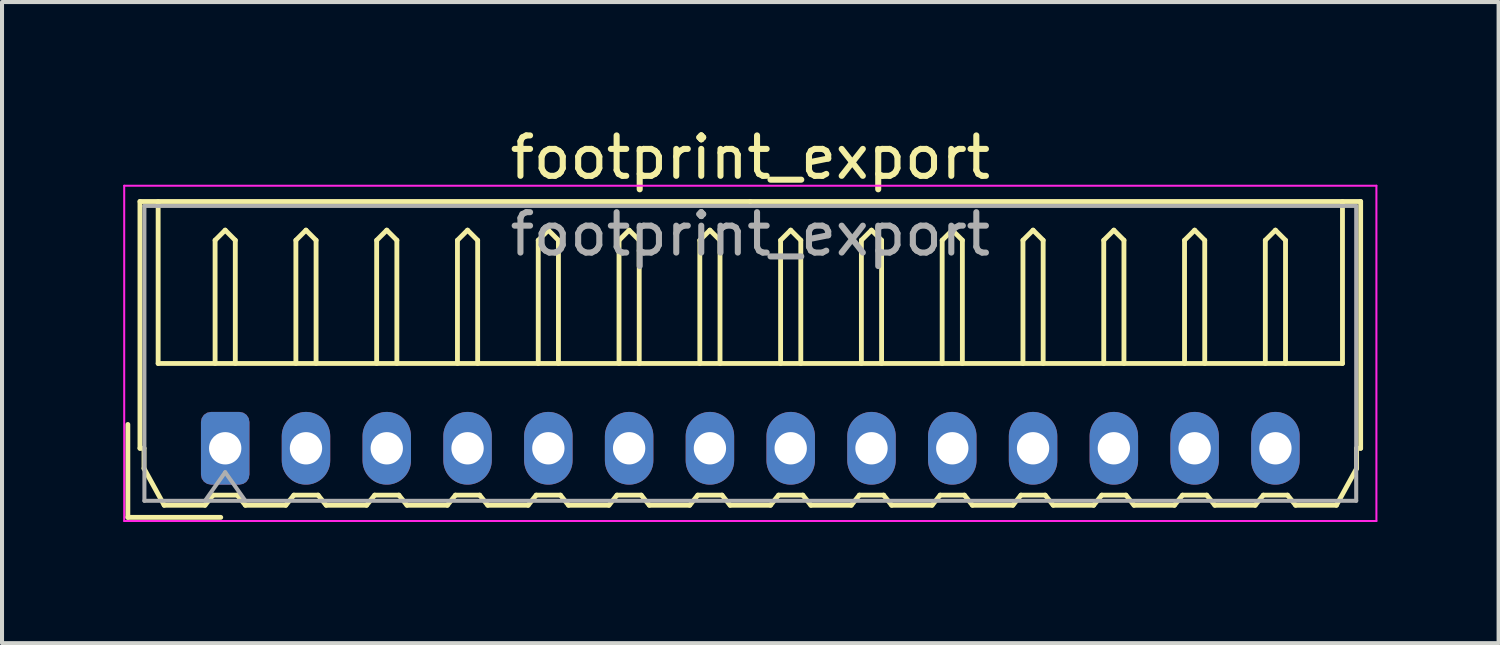
<source format=kicad_pcb>
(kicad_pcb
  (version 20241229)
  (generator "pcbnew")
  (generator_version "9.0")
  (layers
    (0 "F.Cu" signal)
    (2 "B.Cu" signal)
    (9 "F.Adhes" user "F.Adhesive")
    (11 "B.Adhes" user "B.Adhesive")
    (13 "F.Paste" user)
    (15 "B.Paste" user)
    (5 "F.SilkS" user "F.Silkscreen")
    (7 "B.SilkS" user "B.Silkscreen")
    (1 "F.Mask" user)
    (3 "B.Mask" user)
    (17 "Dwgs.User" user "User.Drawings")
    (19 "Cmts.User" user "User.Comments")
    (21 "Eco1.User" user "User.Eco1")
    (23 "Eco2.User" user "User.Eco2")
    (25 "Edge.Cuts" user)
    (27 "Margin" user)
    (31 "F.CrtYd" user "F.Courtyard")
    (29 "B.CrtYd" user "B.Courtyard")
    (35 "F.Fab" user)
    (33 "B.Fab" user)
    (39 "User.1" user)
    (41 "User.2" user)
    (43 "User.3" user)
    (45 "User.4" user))
  (footprint "footprint_export"
    (layer "F.Cu")
    (at 2.525 8.048)
    (property "Reference" "footprint_export" (at 13 -7.2 0) (layer "F.SilkS") (effects (font (size 1 1) (thickness 0.15))))
    (attr through_hole)
    (fp_line (start -2.41 1.71) (end -2.41 -0.59) (stroke (width 0.12) (type solid)) (layer "F.SilkS"))
    (fp_line (start -2.11 -6.11) (end 13 -6.11) (stroke (width 0.12) (type solid)) (layer "F.SilkS"))
    (fp_line (start -2.11 0) (end -2.11 -6.11) (stroke (width 0.12) (type solid)) (layer "F.SilkS"))
    (fp_line (start -2.01 0) (end -2.11 0) (stroke (width 0.12) (type solid)) (layer "F.SilkS"))
    (fp_line (start -2.01 0.5) (end -2.01 0) (stroke (width 0.12) (type solid)) (layer "F.SilkS"))
    (fp_line (start -1.66 -6.11) (end -1.66 -2.1) (stroke (width 0.12) (type solid)) (layer "F.SilkS"))
    (fp_line (start -1.66 -2.1) (end 27.66 -2.1) (stroke (width 0.12) (type solid)) (layer "F.SilkS"))
    (fp_line (start -1.51 1.41) (end -2.01 0.5) (stroke (width 0.12) (type solid)) (layer "F.SilkS"))
    (fp_line (start -0.5 1.41) (end -1.51 1.41) (stroke (width 0.12) (type solid)) (layer "F.SilkS"))
    (fp_line (start -0.3 1.16) (end -0.5 1.41) (stroke (width 0.12) (type solid)) (layer "F.SilkS"))
    (fp_line (start -0.3 1.16) (end 0.3 1.16) (stroke (width 0.12) (type solid)) (layer "F.SilkS"))
    (fp_line (start -0.25 -5.15) (end 0 -5.4) (stroke (width 0.12) (type solid)) (layer "F.SilkS"))
    (fp_line (start -0.25 -2.1) (end -0.25 -5.15) (stroke (width 0.12) (type solid)) (layer "F.SilkS"))
    (fp_line (start -0.11 1.71) (end -2.41 1.71) (stroke (width 0.12) (type solid)) (layer "F.SilkS"))
    (fp_line (start 0 -5.4) (end 0.25 -5.15) (stroke (width 0.12) (type solid)) (layer "F.SilkS"))
    (fp_line (start 0.25 -5.15) (end 0.25 -2.1) (stroke (width 0.12) (type solid)) (layer "F.SilkS"))
    (fp_line (start 0.3 1.16) (end 0.5 1.41) (stroke (width 0.12) (type solid)) (layer "F.SilkS"))
    (fp_line (start 0.5 1.41) (end 1.5 1.41) (stroke (width 0.12) (type solid)) (layer "F.SilkS"))
    (fp_line (start 1.5 1.41) (end 1.7 1.16) (stroke (width 0.12) (type solid)) (layer "F.SilkS"))
    (fp_line (start 1.7 1.16) (end 2.3 1.16) (stroke (width 0.12) (type solid)) (layer "F.SilkS"))
    (fp_line (start 1.75 -5.15) (end 2 -5.4) (stroke (width 0.12) (type solid)) (layer "F.SilkS"))
    (fp_line (start 1.75 -2.1) (end 1.75 -5.15) (stroke (width 0.12) (type solid)) (layer "F.SilkS"))
    (fp_line (start 2 -5.4) (end 2.25 -5.15) (stroke (width 0.12) (type solid)) (layer "F.SilkS"))
    (fp_line (start 2.25 -5.15) (end 2.25 -2.1) (stroke (width 0.12) (type solid)) (layer "F.SilkS"))
    (fp_line (start 2.3 1.16) (end 2.5 1.41) (stroke (width 0.12) (type solid)) (layer "F.SilkS"))
    (fp_line (start 2.5 1.41) (end 3.5 1.41) (stroke (width 0.12) (type solid)) (layer "F.SilkS"))
    (fp_line (start 3.5 1.41) (end 3.7 1.16) (stroke (width 0.12) (type solid)) (layer "F.SilkS"))
    (fp_line (start 3.7 1.16) (end 4.3 1.16) (stroke (width 0.12) (type solid)) (layer "F.SilkS"))
    (fp_line (start 3.75 -5.15) (end 4 -5.4) (stroke (width 0.12) (type solid)) (layer "F.SilkS"))
    (fp_line (start 3.75 -2.1) (end 3.75 -5.15) (stroke (width 0.12) (type solid)) (layer "F.SilkS"))
    (fp_line (start 4 -5.4) (end 4.25 -5.15) (stroke (width 0.12) (type solid)) (layer "F.SilkS"))
    (fp_line (start 4.25 -5.15) (end 4.25 -2.1) (stroke (width 0.12) (type solid)) (layer "F.SilkS"))
    (fp_line (start 4.3 1.16) (end 4.5 1.41) (stroke (width 0.12) (type solid)) (layer "F.SilkS"))
    (fp_line (start 4.5 1.41) (end 5.5 1.41) (stroke (width 0.12) (type solid)) (layer "F.SilkS"))
    (fp_line (start 5.5 1.41) (end 5.7 1.16) (stroke (width 0.12) (type solid)) (layer "F.SilkS"))
    (fp_line (start 5.7 1.16) (end 6.3 1.16) (stroke (width 0.12) (type solid)) (layer "F.SilkS"))
    (fp_line (start 5.75 -5.15) (end 6 -5.4) (stroke (width 0.12) (type solid)) (layer "F.SilkS"))
    (fp_line (start 5.75 -2.1) (end 5.75 -5.15) (stroke (width 0.12) (type solid)) (layer "F.SilkS"))
    (fp_line (start 6 -5.4) (end 6.25 -5.15) (stroke (width 0.12) (type solid)) (layer "F.SilkS"))
    (fp_line (start 6.25 -5.15) (end 6.25 -2.1) (stroke (width 0.12) (type solid)) (layer "F.SilkS"))
    (fp_line (start 6.3 1.16) (end 6.5 1.41) (stroke (width 0.12) (type solid)) (layer "F.SilkS"))
    (fp_line (start 6.5 1.41) (end 7.5 1.41) (stroke (width 0.12) (type solid)) (layer "F.SilkS"))
    (fp_line (start 7.5 1.41) (end 7.7 1.16) (stroke (width 0.12) (type solid)) (layer "F.SilkS"))
    (fp_line (start 7.7 1.16) (end 8.3 1.16) (stroke (width 0.12) (type solid)) (layer "F.SilkS"))
    (fp_line (start 7.75 -5.15) (end 8 -5.4) (stroke (width 0.12) (type solid)) (layer "F.SilkS"))
    (fp_line (start 7.75 -2.1) (end 7.75 -5.15) (stroke (width 0.12) (type solid)) (layer "F.SilkS"))
    (fp_line (start 8 -5.4) (end 8.25 -5.15) (stroke (width 0.12) (type solid)) (layer "F.SilkS"))
    (fp_line (start 8.25 -5.15) (end 8.25 -2.1) (stroke (width 0.12) (type solid)) (layer "F.SilkS"))
    (fp_line (start 8.3 1.16) (end 8.5 1.41) (stroke (width 0.12) (type solid)) (layer "F.SilkS"))
    (fp_line (start 8.5 1.41) (end 9.5 1.41) (stroke (width 0.12) (type solid)) (layer "F.SilkS"))
    (fp_line (start 9.5 1.41) (end 9.7 1.16) (stroke (width 0.12) (type solid)) (layer "F.SilkS"))
    (fp_line (start 9.7 1.16) (end 10.3 1.16) (stroke (width 0.12) (type solid)) (layer "F.SilkS"))
    (fp_line (start 9.75 -5.15) (end 10 -5.4) (stroke (width 0.12) (type solid)) (layer "F.SilkS"))
    (fp_line (start 9.75 -2.1) (end 9.75 -5.15) (stroke (width 0.12) (type solid)) (layer "F.SilkS"))
    (fp_line (start 10 -5.4) (end 10.25 -5.15) (stroke (width 0.12) (type solid)) (layer "F.SilkS"))
    (fp_line (start 10.25 -5.15) (end 10.25 -2.1) (stroke (width 0.12) (type solid)) (layer "F.SilkS"))
    (fp_line (start 10.3 1.16) (end 10.5 1.41) (stroke (width 0.12) (type solid)) (layer "F.SilkS"))
    (fp_line (start 10.5 1.41) (end 11.5 1.41) (stroke (width 0.12) (type solid)) (layer "F.SilkS"))
    (fp_line (start 11.5 1.41) (end 11.7 1.16) (stroke (width 0.12) (type solid)) (layer "F.SilkS"))
    (fp_line (start 11.7 1.16) (end 12.3 1.16) (stroke (width 0.12) (type solid)) (layer "F.SilkS"))
    (fp_line (start 11.75 -5.15) (end 12 -5.4) (stroke (width 0.12) (type solid)) (layer "F.SilkS"))
    (fp_line (start 11.75 -2.1) (end 11.75 -5.15) (stroke (width 0.12) (type solid)) (layer "F.SilkS"))
    (fp_line (start 12 -5.4) (end 12.25 -5.15) (stroke (width 0.12) (type solid)) (layer "F.SilkS"))
    (fp_line (start 12.25 -5.15) (end 12.25 -2.1) (stroke (width 0.12) (type solid)) (layer "F.SilkS"))
    (fp_line (start 12.3 1.16) (end 12.5 1.41) (stroke (width 0.12) (type solid)) (layer "F.SilkS"))
    (fp_line (start 12.5 1.41) (end 13.5 1.41) (stroke (width 0.12) (type solid)) (layer "F.SilkS"))
    (fp_line (start 13.5 1.41) (end 13.7 1.16) (stroke (width 0.12) (type solid)) (layer "F.SilkS"))
    (fp_line (start 13.7 1.16) (end 14.3 1.16) (stroke (width 0.12) (type solid)) (layer "F.SilkS"))
    (fp_line (start 13.75 -5.15) (end 14 -5.4) (stroke (width 0.12) (type solid)) (layer "F.SilkS"))
    (fp_line (start 13.75 -2.1) (end 13.75 -5.15) (stroke (width 0.12) (type solid)) (layer "F.SilkS"))
    (fp_line (start 14 -5.4) (end 14.25 -5.15) (stroke (width 0.12) (type solid)) (layer "F.SilkS"))
    (fp_line (start 14.25 -5.15) (end 14.25 -2.1) (stroke (width 0.12) (type solid)) (layer "F.SilkS"))
    (fp_line (start 14.3 1.16) (end 14.5 1.41) (stroke (width 0.12) (type solid)) (layer "F.SilkS"))
    (fp_line (start 14.5 1.41) (end 15.5 1.41) (stroke (width 0.12) (type solid)) (layer "F.SilkS"))
    (fp_line (start 15.5 1.41) (end 15.7 1.16) (stroke (width 0.12) (type solid)) (layer "F.SilkS"))
    (fp_line (start 15.7 1.16) (end 16.3 1.16) (stroke (width 0.12) (type solid)) (layer "F.SilkS"))
    (fp_line (start 15.75 -5.15) (end 16 -5.4) (stroke (width 0.12) (type solid)) (layer "F.SilkS"))
    (fp_line (start 15.75 -2.1) (end 15.75 -5.15) (stroke (width 0.12) (type solid)) (layer "F.SilkS"))
    (fp_line (start 16 -5.4) (end 16.25 -5.15) (stroke (width 0.12) (type solid)) (layer "F.SilkS"))
    (fp_line (start 16.25 -5.15) (end 16.25 -2.1) (stroke (width 0.12) (type solid)) (layer "F.SilkS"))
    (fp_line (start 16.3 1.16) (end 16.5 1.41) (stroke (width 0.12) (type solid)) (layer "F.SilkS"))
    (fp_line (start 16.5 1.41) (end 17.5 1.41) (stroke (width 0.12) (type solid)) (layer "F.SilkS"))
    (fp_line (start 17.5 1.41) (end 17.7 1.16) (stroke (width 0.12) (type solid)) (layer "F.SilkS"))
    (fp_line (start 17.7 1.16) (end 18.3 1.16) (stroke (width 0.12) (type solid)) (layer "F.SilkS"))
    (fp_line (start 17.75 -5.15) (end 18 -5.4) (stroke (width 0.12) (type solid)) (layer "F.SilkS"))
    (fp_line (start 17.75 -2.1) (end 17.75 -5.15) (stroke (width 0.12) (type solid)) (layer "F.SilkS"))
    (fp_line (start 18 -5.4) (end 18.25 -5.15) (stroke (width 0.12) (type solid)) (layer "F.SilkS"))
    (fp_line (start 18.25 -5.15) (end 18.25 -2.1) (stroke (width 0.12) (type solid)) (layer "F.SilkS"))
    (fp_line (start 18.3 1.16) (end 18.5 1.41) (stroke (width 0.12) (type solid)) (layer "F.SilkS"))
    (fp_line (start 18.5 1.41) (end 19.5 1.41) (stroke (width 0.12) (type solid)) (layer "F.SilkS"))
    (fp_line (start 19.5 1.41) (end 19.7 1.16) (stroke (width 0.12) (type solid)) (layer "F.SilkS"))
    (fp_line (start 19.7 1.16) (end 20.3 1.16) (stroke (width 0.12) (type solid)) (layer "F.SilkS"))
    (fp_line (start 19.75 -5.15) (end 20 -5.4) (stroke (width 0.12) (type solid)) (layer "F.SilkS"))
    (fp_line (start 19.75 -2.1) (end 19.75 -5.15) (stroke (width 0.12) (type solid)) (layer "F.SilkS"))
    (fp_line (start 20 -5.4) (end 20.25 -5.15) (stroke (width 0.12) (type solid)) (layer "F.SilkS"))
    (fp_line (start 20.25 -5.15) (end 20.25 -2.1) (stroke (width 0.12) (type solid)) (layer "F.SilkS"))
    (fp_line (start 20.3 1.16) (end 20.5 1.41) (stroke (width 0.12) (type solid)) (layer "F.SilkS"))
    (fp_line (start 20.5 1.41) (end 21.5 1.41) (stroke (width 0.12) (type solid)) (layer "F.SilkS"))
    (fp_line (start 21.5 1.41) (end 21.7 1.16) (stroke (width 0.12) (type solid)) (layer "F.SilkS"))
    (fp_line (start 21.7 1.16) (end 22.3 1.16) (stroke (width 0.12) (type solid)) (layer "F.SilkS"))
    (fp_line (start 21.75 -5.15) (end 22 -5.4) (stroke (width 0.12) (type solid)) (layer "F.SilkS"))
    (fp_line (start 21.75 -2.1) (end 21.75 -5.15) (stroke (width 0.12) (type solid)) (layer "F.SilkS"))
    (fp_line (start 22 -5.4) (end 22.25 -5.15) (stroke (width 0.12) (type solid)) (layer "F.SilkS"))
    (fp_line (start 22.25 -5.15) (end 22.25 -2.1) (stroke (width 0.12) (type solid)) (layer "F.SilkS"))
    (fp_line (start 22.3 1.16) (end 22.5 1.41) (stroke (width 0.12) (type solid)) (layer "F.SilkS"))
    (fp_line (start 22.5 1.41) (end 23.5 1.41) (stroke (width 0.12) (type solid)) (layer "F.SilkS"))
    (fp_line (start 23.5 1.41) (end 23.7 1.16) (stroke (width 0.12) (type solid)) (layer "F.SilkS"))
    (fp_line (start 23.7 1.16) (end 24.3 1.16) (stroke (width 0.12) (type solid)) (layer "F.SilkS"))
    (fp_line (start 23.75 -5.15) (end 24 -5.4) (stroke (width 0.12) (type solid)) (layer "F.SilkS"))
    (fp_line (start 23.75 -2.1) (end 23.75 -5.15) (stroke (width 0.12) (type solid)) (layer "F.SilkS"))
    (fp_line (start 24 -5.4) (end 24.25 -5.15) (stroke (width 0.12) (type solid)) (layer "F.SilkS"))
    (fp_line (start 24.25 -5.15) (end 24.25 -2.1) (stroke (width 0.12) (type solid)) (layer "F.SilkS"))
    (fp_line (start 24.3 1.16) (end 24.5 1.41) (stroke (width 0.12) (type solid)) (layer "F.SilkS"))
    (fp_line (start 24.5 1.41) (end 25.5 1.41) (stroke (width 0.12) (type solid)) (layer "F.SilkS"))
    (fp_line (start 25.5 1.41) (end 25.7 1.16) (stroke (width 0.12) (type solid)) (layer "F.SilkS"))
    (fp_line (start 25.7 1.16) (end 26.3 1.16) (stroke (width 0.12) (type solid)) (layer "F.SilkS"))
    (fp_line (start 25.75 -5.15) (end 26 -5.4) (stroke (width 0.12) (type solid)) (layer "F.SilkS"))
    (fp_line (start 25.75 -2.1) (end 25.75 -5.15) (stroke (width 0.12) (type solid)) (layer "F.SilkS"))
    (fp_line (start 26 -5.4) (end 26.25 -5.15) (stroke (width 0.12) (type solid)) (layer "F.SilkS"))
    (fp_line (start 26.25 -5.15) (end 26.25 -2.1) (stroke (width 0.12) (type solid)) (layer "F.SilkS"))
    (fp_line (start 26.3 1.16) (end 26.5 1.41) (stroke (width 0.12) (type solid)) (layer "F.SilkS"))
    (fp_line (start 26.5 1.41) (end 27.51 1.41) (stroke (width 0.12) (type solid)) (layer "F.SilkS"))
    (fp_line (start 27.51 1.41) (end 28.01 0.5) (stroke (width 0.12) (type solid)) (layer "F.SilkS"))
    (fp_line (start 27.66 -2.1) (end 27.66 -6.11) (stroke (width 0.12) (type solid)) (layer "F.SilkS"))
    (fp_line (start 28.01 0) (end 28.11 0) (stroke (width 0.12) (type solid)) (layer "F.SilkS"))
    (fp_line (start 28.01 0.5) (end 28.01 0) (stroke (width 0.12) (type solid)) (layer "F.SilkS"))
    (fp_line (start 28.11 -6.11) (end 13 -6.11) (stroke (width 0.12) (type solid)) (layer "F.SilkS"))
    (fp_line (start 28.11 0) (end 28.11 -6.11) (stroke (width 0.12) (type solid)) (layer "F.SilkS"))
    (fp_line (start -2.5 -6.5) (end -2.5 1.8) (stroke (width 0.05) (type solid)) (layer "F.CrtYd"))
    (fp_line (start -2.5 1.8) (end 28.5 1.8) (stroke (width 0.05) (type solid)) (layer "F.CrtYd"))
    (fp_line (start 28.5 -6.5) (end -2.5 -6.5) (stroke (width 0.05) (type solid)) (layer "F.CrtYd"))
    (fp_line (start 28.5 1.8) (end 28.5 -6.5) (stroke (width 0.05) (type solid)) (layer "F.CrtYd"))
    (fp_line (start -2 -6) (end -2 1.3) (stroke (width 0.1) (type solid)) (layer "F.Fab"))
    (fp_line (start -2 1.3) (end 28 1.3) (stroke (width 0.1) (type solid)) (layer "F.Fab"))
    (fp_line (start -0.5 1.3) (end 0 0.593) (stroke (width 0.1) (type solid)) (layer "F.Fab"))
    (fp_line (start 0 0.593) (end 0.5 1.3) (stroke (width 0.1) (type solid)) (layer "F.Fab"))
    (fp_line (start 28 -6) (end -2 -6) (stroke (width 0.1) (type solid)) (layer "F.Fab"))
    (fp_line (start 28 1.3) (end 28 -6) (stroke (width 0.1) (type solid)) (layer "F.Fab"))
    (fp_text user "${REFERENCE}" (at 13 -5.3 0) (layer "F.Fab") (effects (font (size 1 1) (thickness 0.15))))
    (pad "1" thru_hole roundrect (at 0 0) (size 1.2 1.8) (drill 0.8) (layers "*.Cu" "*.Mask") (roundrect_rratio 0.208))
    (pad "2" thru_hole oval (at 2 0) (size 1.2 1.8) (drill 0.8) (layers "*.Cu" "*.Mask"))
    (pad "3" thru_hole oval (at 4 0) (size 1.2 1.8) (drill 0.8) (layers "*.Cu" "*.Mask"))
    (pad "4" thru_hole oval (at 6 0) (size 1.2 1.8) (drill 0.8) (layers "*.Cu" "*.Mask"))
    (pad "5" thru_hole oval (at 8 0) (size 1.2 1.8) (drill 0.8) (layers "*.Cu" "*.Mask"))
    (pad "6" thru_hole oval (at 10 0) (size 1.2 1.8) (drill 0.8) (layers "*.Cu" "*.Mask"))
    (pad "7" thru_hole oval (at 12 0) (size 1.2 1.8) (drill 0.8) (layers "*.Cu" "*.Mask"))
    (pad "8" thru_hole oval (at 14 0) (size 1.2 1.8) (drill 0.8) (layers "*.Cu" "*.Mask"))
    (pad "9" thru_hole oval (at 16 0) (size 1.2 1.8) (drill 0.8) (layers "*.Cu" "*.Mask"))
    (pad "10" thru_hole oval (at 18 0) (size 1.2 1.8) (drill 0.8) (layers "*.Cu" "*.Mask"))
    (pad "11" thru_hole oval (at 20 0) (size 1.2 1.8) (drill 0.8) (layers "*.Cu" "*.Mask"))
    (pad "12" thru_hole oval (at 22 0) (size 1.2 1.8) (drill 0.8) (layers "*.Cu" "*.Mask"))
    (pad "13" thru_hole oval (at 24 0) (size 1.2 1.8) (drill 0.8) (layers "*.Cu" "*.Mask"))
    (pad "14" thru_hole oval (at 26 0) (size 1.2 1.8) (drill 0.8) (layers "*.Cu" "*.Mask")))
  (gr_rect
    (start -3 -3)
    (end 34.05 12.873)
    (stroke (width 0.1) (type default))
    (fill no)
    (layer "Edge.Cuts")))
</source>
